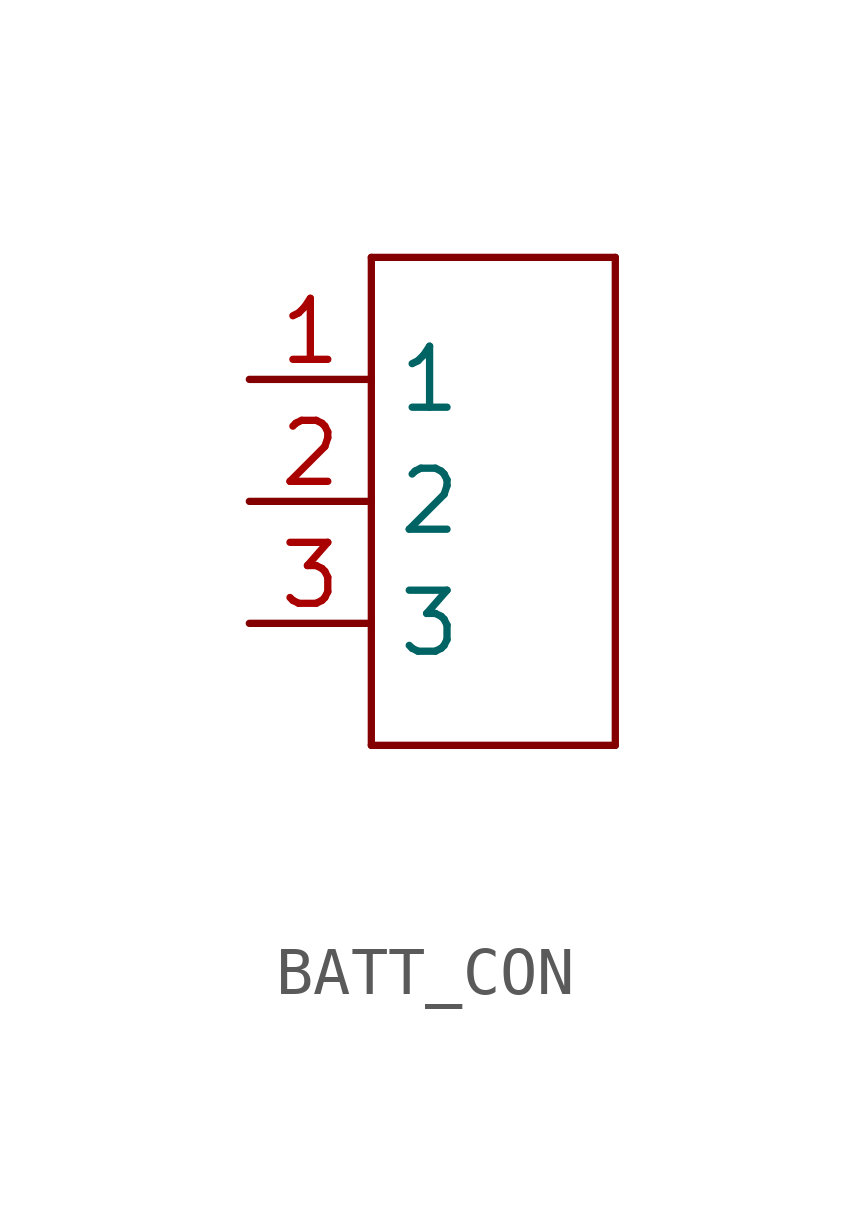
<source format=kicad_sym>
(kicad_symbol_lib
  (version 20231120)
  (generator "kicad_symbol_editor")
  (generator_version "8.0")
  (symbol "BATT_CON"
    (property "Reference" ""
      (at 0 5.08 0)
      (effects (font (size 1.778 1.511)) (justify left bottom) (hide yes)))
    (property "Value" ""
      (at 0 -7.62 0)
      (effects (font (size 1.778 1.511)) (justify left bottom)))
    (property "ki_locked" ""
      (at 0 0 0)
      (effects (font (size 1.27 1.27))))
    (symbol "BATT_CON_1_0"
      (polyline (pts (xy 0 -5.08) (xy 5.08 -5.08)) (stroke (width 0.152) (type solid)) (fill (type none)))
      (polyline (pts (xy 0 5.08) (xy 0 -5.08)) (stroke (width 0.152) (type solid)) (fill (type none)))
      (polyline (pts (xy 5.08 -5.08) (xy 5.08 5.08)) (stroke (width 0.152) (type solid)) (fill (type none)))
      (polyline (pts (xy 5.08 5.08) (xy 0 5.08)) (stroke (width 0.152) (type solid)) (fill (type none)))
      (pin bidirectional line (at -2.54 2.54 0) (length 2.54) (name "1" (effects (font (size 1.27 1.27)))) (number "1" (effects (font (size 1.27 1.27)))))
      (pin bidirectional line (at -2.54 0 0) (length 2.54) (name "2" (effects (font (size 1.27 1.27)))) (number "2" (effects (font (size 1.27 1.27)))))
      (pin bidirectional line (at -2.54 -2.54 0) (length 2.54) (name "3" (effects (font (size 1.27 1.27)))) (number "3" (effects (font (size 1.27 1.27))))))))
</source>
